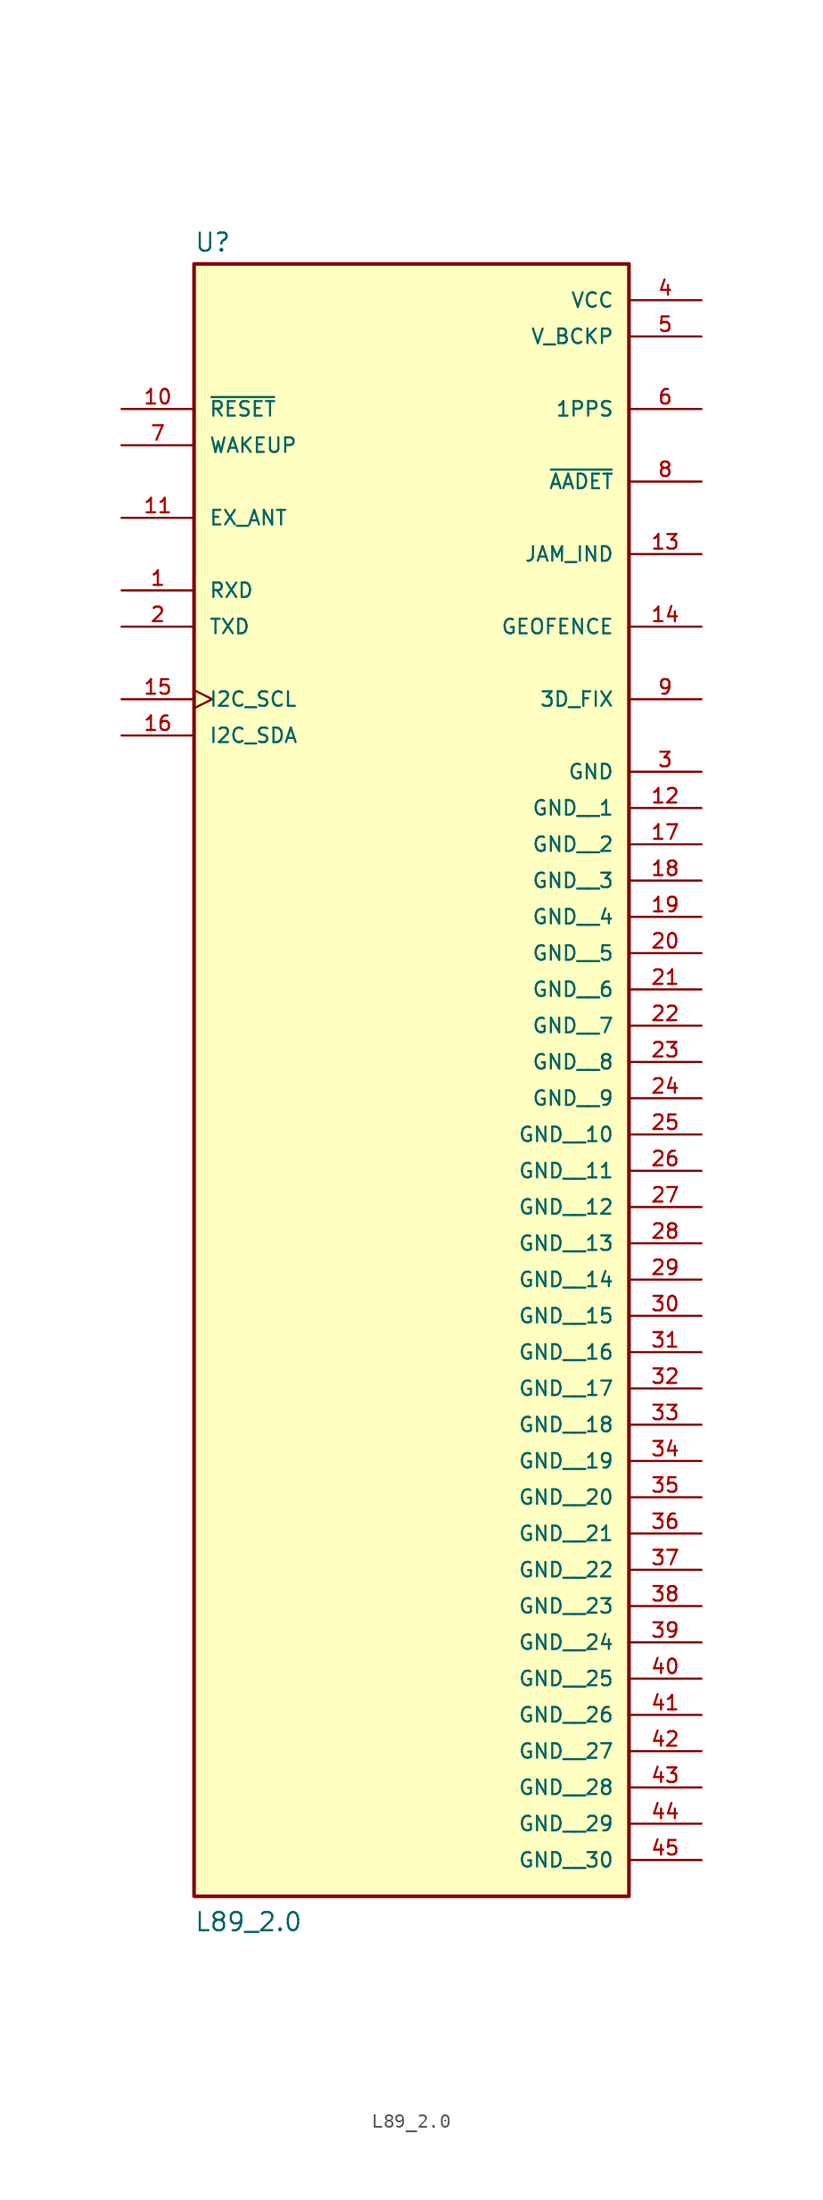
<source format=kicad_sym>
(kicad_symbol_lib
  (version 20211014)
  (generator kicad_symbol_editor)
  (symbol "L89_2.0"
    (pin_names
      (offset 1.016))
    (property "Reference" "U"
      (at -15.24 18.542 0)
      (effects (font (size 1.27 1.27)) (justify bottom left)))
    (property "Value" "L89_2.0"
      (at -15.24 -99.06 0)
      (effects (font (size 1.27 1.27)) (justify bottom left)))
    (symbol "L89_2.0_0_0"
      (rectangle (start -15.24 -96.52) (end 15.24 17.78) (stroke (width 0.254)) (fill (type background)))
      (pin power_in line (at 20.32 15.24 180.0) (length 5.08) (name "VCC" (effects (font (size 1.016 1.016)))) (number "4" (effects (font (size 1.016 1.016)))))
      (pin power_in line (at 20.32 12.7 180.0) (length 5.08) (name "V_BCKP" (effects (font (size 1.016 1.016)))) (number "5" (effects (font (size 1.016 1.016)))))
      (pin input line (at -20.32 7.62 0) (length 5.08) (name "~{RESET}" (effects (font (size 1.016 1.016)))) (number "10" (effects (font (size 1.016 1.016)))))
      (pin input line (at -20.32 -5.08 0) (length 5.08) (name "RXD" (effects (font (size 1.016 1.016)))) (number "1" (effects (font (size 1.016 1.016)))))
      (pin output line (at -20.32 -7.62 0) (length 5.08) (name "TXD" (effects (font (size 1.016 1.016)))) (number "2" (effects (font (size 1.016 1.016)))))
      (pin input line (at -20.32 0.0 0) (length 5.08) (name "EX_ANT" (effects (font (size 1.016 1.016)))) (number "11" (effects (font (size 1.016 1.016)))))
      (pin output line (at 20.32 7.62 180.0) (length 5.08) (name "1PPS" (effects (font (size 1.016 1.016)))) (number "6" (effects (font (size 1.016 1.016)))))
      (pin output line (at 20.32 2.54 180.0) (length 5.08) (name "~{AADET}" (effects (font (size 1.016 1.016)))) (number "8" (effects (font (size 1.016 1.016)))))
      (pin power_in line (at 20.32 -17.78 180.0) (length 5.08) (name "GND" (effects (font (size 1.016 1.016)))) (number "3" (effects (font (size 1.016 1.016)))))
      (pin output line (at 20.32 -2.54 180.0) (length 5.08) (name "JAM_IND" (effects (font (size 1.016 1.016)))) (number "13" (effects (font (size 1.016 1.016)))))
      (pin output line (at 20.32 -7.62 180.0) (length 5.08) (name "GEOFENCE" (effects (font (size 1.016 1.016)))) (number "14" (effects (font (size 1.016 1.016)))))
      (pin input clock (at -20.32 -12.7 0) (length 5.08) (name "I2C_SCL" (effects (font (size 1.016 1.016)))) (number "15" (effects (font (size 1.016 1.016)))))
      (pin bidirectional line (at -20.32 -15.24 0) (length 5.08) (name "I2C_SDA" (effects (font (size 1.016 1.016)))) (number "16" (effects (font (size 1.016 1.016)))))
      (pin input line (at -20.32 5.08 0) (length 5.08) (name "WAKEUP" (effects (font (size 1.016 1.016)))) (number "7" (effects (font (size 1.016 1.016)))))
      (pin output line (at 20.32 -12.7 180.0) (length 5.08) (name "3D_FIX" (effects (font (size 1.016 1.016)))) (number "9" (effects (font (size 1.016 1.016)))))
      (pin power_in line (at 20.32 -20.32 180.0) (length 5.08) (name "GND__1" (effects (font (size 1.016 1.016)))) (number "12" (effects (font (size 1.016 1.016)))))
      (pin power_in line (at 20.32 -22.86 180.0) (length 5.08) (name "GND__2" (effects (font (size 1.016 1.016)))) (number "17" (effects (font (size 1.016 1.016)))))
      (pin power_in line (at 20.32 -25.4 180.0) (length 5.08) (name "GND__3" (effects (font (size 1.016 1.016)))) (number "18" (effects (font (size 1.016 1.016)))))
      (pin power_in line (at 20.32 -27.94 180.0) (length 5.08) (name "GND__4" (effects (font (size 1.016 1.016)))) (number "19" (effects (font (size 1.016 1.016)))))
      (pin power_in line (at 20.32 -30.48 180.0) (length 5.08) (name "GND__5" (effects (font (size 1.016 1.016)))) (number "20" (effects (font (size 1.016 1.016)))))
      (pin power_in line (at 20.32 -33.02 180.0) (length 5.08) (name "GND__6" (effects (font (size 1.016 1.016)))) (number "21" (effects (font (size 1.016 1.016)))))
      (pin power_in line (at 20.32 -35.56 180.0) (length 5.08) (name "GND__7" (effects (font (size 1.016 1.016)))) (number "22" (effects (font (size 1.016 1.016)))))
      (pin power_in line (at 20.32 -38.1 180.0) (length 5.08) (name "GND__8" (effects (font (size 1.016 1.016)))) (number "23" (effects (font (size 1.016 1.016)))))
      (pin power_in line (at 20.32 -40.64 180.0) (length 5.08) (name "GND__9" (effects (font (size 1.016 1.016)))) (number "24" (effects (font (size 1.016 1.016)))))
      (pin power_in line (at 20.32 -43.18 180.0) (length 5.08) (name "GND__10" (effects (font (size 1.016 1.016)))) (number "25" (effects (font (size 1.016 1.016)))))
      (pin power_in line (at 20.32 -45.72 180.0) (length 5.08) (name "GND__11" (effects (font (size 1.016 1.016)))) (number "26" (effects (font (size 1.016 1.016)))))
      (pin power_in line (at 20.32 -48.26 180.0) (length 5.08) (name "GND__12" (effects (font (size 1.016 1.016)))) (number "27" (effects (font (size 1.016 1.016)))))
      (pin power_in line (at 20.32 -50.8 180.0) (length 5.08) (name "GND__13" (effects (font (size 1.016 1.016)))) (number "28" (effects (font (size 1.016 1.016)))))
      (pin power_in line (at 20.32 -53.34 180.0) (length 5.08) (name "GND__14" (effects (font (size 1.016 1.016)))) (number "29" (effects (font (size 1.016 1.016)))))
      (pin power_in line (at 20.32 -55.88 180.0) (length 5.08) (name "GND__15" (effects (font (size 1.016 1.016)))) (number "30" (effects (font (size 1.016 1.016)))))
      (pin power_in line (at 20.32 -58.42 180.0) (length 5.08) (name "GND__16" (effects (font (size 1.016 1.016)))) (number "31" (effects (font (size 1.016 1.016)))))
      (pin power_in line (at 20.32 -60.96 180.0) (length 5.08) (name "GND__17" (effects (font (size 1.016 1.016)))) (number "32" (effects (font (size 1.016 1.016)))))
      (pin power_in line (at 20.32 -63.5 180.0) (length 5.08) (name "GND__18" (effects (font (size 1.016 1.016)))) (number "33" (effects (font (size 1.016 1.016)))))
      (pin power_in line (at 20.32 -66.04 180.0) (length 5.08) (name "GND__19" (effects (font (size 1.016 1.016)))) (number "34" (effects (font (size 1.016 1.016)))))
      (pin power_in line (at 20.32 -68.58 180.0) (length 5.08) (name "GND__20" (effects (font (size 1.016 1.016)))) (number "35" (effects (font (size 1.016 1.016)))))
      (pin power_in line (at 20.32 -71.12 180.0) (length 5.08) (name "GND__21" (effects (font (size 1.016 1.016)))) (number "36" (effects (font (size 1.016 1.016)))))
      (pin power_in line (at 20.32 -73.66 180.0) (length 5.08) (name "GND__22" (effects (font (size 1.016 1.016)))) (number "37" (effects (font (size 1.016 1.016)))))
      (pin power_in line (at 20.32 -76.2 180.0) (length 5.08) (name "GND__23" (effects (font (size 1.016 1.016)))) (number "38" (effects (font (size 1.016 1.016)))))
      (pin power_in line (at 20.32 -78.74 180.0) (length 5.08) (name "GND__24" (effects (font (size 1.016 1.016)))) (number "39" (effects (font (size 1.016 1.016)))))
      (pin power_in line (at 20.32 -81.28 180.0) (length 5.08) (name "GND__25" (effects (font (size 1.016 1.016)))) (number "40" (effects (font (size 1.016 1.016)))))
      (pin power_in line (at 20.32 -83.82 180.0) (length 5.08) (name "GND__26" (effects (font (size 1.016 1.016)))) (number "41" (effects (font (size 1.016 1.016)))))
      (pin power_in line (at 20.32 -86.36 180.0) (length 5.08) (name "GND__27" (effects (font (size 1.016 1.016)))) (number "42" (effects (font (size 1.016 1.016)))))
      (pin power_in line (at 20.32 -88.9 180.0) (length 5.08) (name "GND__28" (effects (font (size 1.016 1.016)))) (number "43" (effects (font (size 1.016 1.016)))))
      (pin power_in line (at 20.32 -91.44 180.0) (length 5.08) (name "GND__29" (effects (font (size 1.016 1.016)))) (number "44" (effects (font (size 1.016 1.016)))))
      (pin power_in line (at 20.32 -93.98 180.0) (length 5.08) (name "GND__30" (effects (font (size 1.016 1.016)))) (number "45" (effects (font (size 1.016 1.016))))))))
</source>
